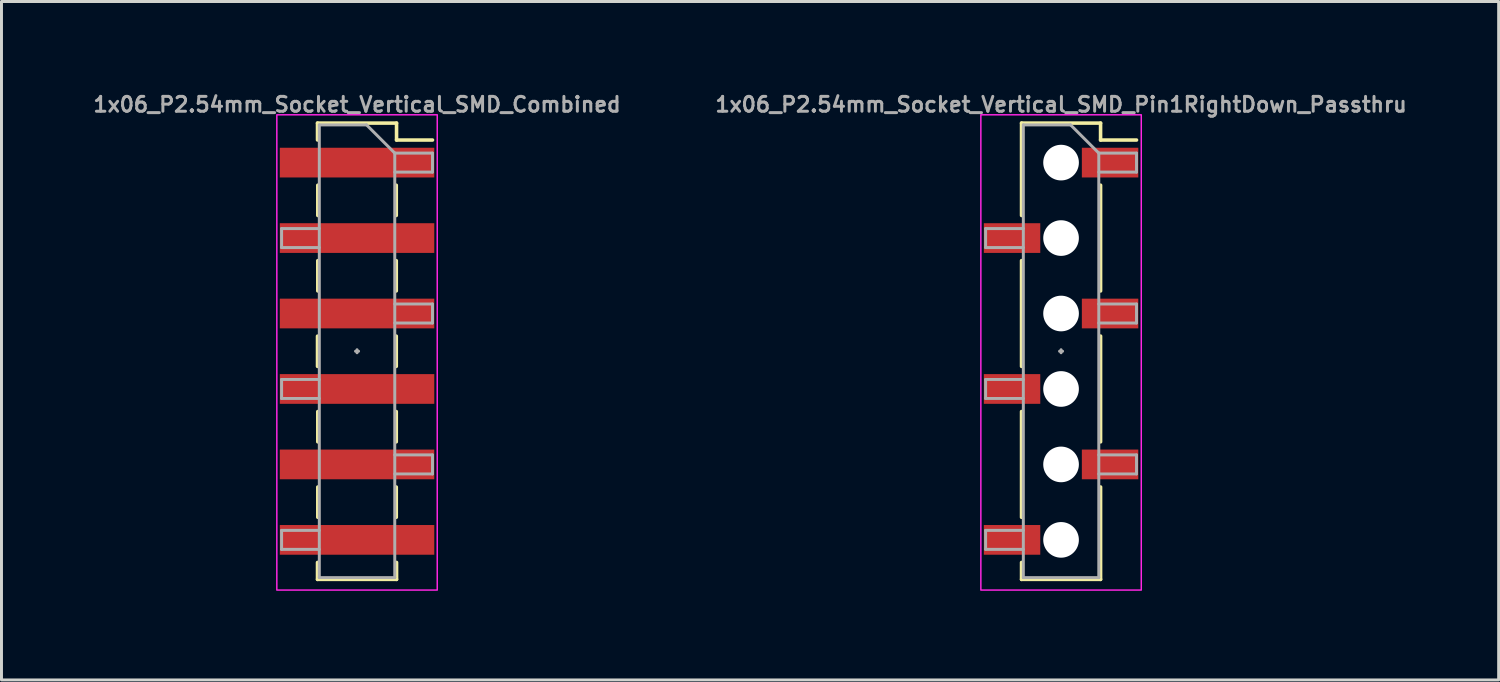
<source format=kicad_pcb>
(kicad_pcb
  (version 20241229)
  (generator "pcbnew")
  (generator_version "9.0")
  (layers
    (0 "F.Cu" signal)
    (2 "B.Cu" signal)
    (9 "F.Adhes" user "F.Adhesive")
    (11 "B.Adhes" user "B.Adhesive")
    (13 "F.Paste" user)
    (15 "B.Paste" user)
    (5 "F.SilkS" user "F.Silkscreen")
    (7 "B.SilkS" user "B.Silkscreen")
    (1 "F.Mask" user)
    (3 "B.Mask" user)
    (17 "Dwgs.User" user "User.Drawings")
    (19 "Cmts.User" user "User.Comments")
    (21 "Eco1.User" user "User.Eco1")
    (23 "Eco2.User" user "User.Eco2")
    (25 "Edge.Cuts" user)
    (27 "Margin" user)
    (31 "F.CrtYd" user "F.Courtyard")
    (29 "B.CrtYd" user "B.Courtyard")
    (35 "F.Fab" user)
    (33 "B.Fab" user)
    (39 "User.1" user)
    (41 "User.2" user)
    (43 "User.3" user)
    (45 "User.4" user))
  (footprint "1x06_P2.54mm_Socket_Vertical_SMD_Combined"
    (layer "F.Cu")
    (at 8.969 8.774)
    (property "Reference" "1x06_P2.54mm_Socket_Vertical_SMD_Combined" (at 0 -8.306 0) (layer "F.Fab") (effects (font (size 0.5 0.5) (thickness 0.1))))
    (attr smd)
    (fp_rect (start -2.6 -6.85) (end -0.6 -5.85) (stroke (width 0) (type solid)) (fill yes) (layer "F.Mask"))
    (fp_rect (start -2.6 -4.31) (end -0.6 -3.31) (stroke (width 0) (type solid)) (fill yes) (layer "F.Mask"))
    (fp_rect (start -2.6 -1.77) (end -0.6 -0.77) (stroke (width 0) (type solid)) (fill yes) (layer "F.Mask"))
    (fp_rect (start -2.6 0.77) (end -0.6 1.77) (stroke (width 0) (type solid)) (fill yes) (layer "F.Mask"))
    (fp_rect (start -2.6 3.31) (end -0.6 4.31) (stroke (width 0) (type solid)) (fill yes) (layer "F.Mask"))
    (fp_rect (start -2.6 5.85) (end -0.6 6.85) (stroke (width 0) (type solid)) (fill yes) (layer "F.Mask"))
    (fp_rect (start 0.6 -6.85) (end 2.6 -5.85) (stroke (width 0) (type solid)) (fill yes) (layer "F.Mask"))
    (fp_rect (start 0.6 -4.31) (end 2.6 -3.31) (stroke (width 0) (type solid)) (fill yes) (layer "F.Mask"))
    (fp_rect (start 0.6 -1.77) (end 2.6 -0.77) (stroke (width 0) (type solid)) (fill yes) (layer "F.Mask"))
    (fp_rect (start 0.6 0.77) (end 2.6 1.77) (stroke (width 0) (type solid)) (fill yes) (layer "F.Mask"))
    (fp_rect (start 0.6 3.31) (end 2.6 4.31) (stroke (width 0) (type solid)) (fill yes) (layer "F.Mask"))
    (fp_rect (start 0.6 5.85) (end 2.6 6.85) (stroke (width 0) (type solid)) (fill yes) (layer "F.Mask"))
    (fp_line (start -1.33 -7.68) (end -1.33 -7.112) (stroke (width 0.12) (type solid)) (layer "F.SilkS"))
    (fp_line (start -1.33 -7.68) (end 1.33 -7.68) (stroke (width 0.12) (type solid)) (layer "F.SilkS"))
    (fp_line (start -1.33 -0.508) (end -1.33 0.51) (stroke (width 0.12) (type solid)) (layer "F.SilkS"))
    (fp_line (start -1.33 7.11) (end -1.33 7.68) (stroke (width 0.12) (type solid)) (layer "F.SilkS"))
    (fp_line (start -1.33 7.68) (end 1.33 7.68) (stroke (width 0.12) (type solid)) (layer "F.SilkS"))
    (fp_line (start -1.321 -5.589) (end -1.321 -4.571) (stroke (width 0.12) (type solid)) (layer "F.SilkS"))
    (fp_line (start -1.321 -3.049) (end -1.321 -2.031) (stroke (width 0.12) (type solid)) (layer "F.SilkS"))
    (fp_line (start -1.321 2.031) (end -1.321 3.049) (stroke (width 0.12) (type solid)) (layer "F.SilkS"))
    (fp_line (start -1.321 4.571) (end -1.321 5.589) (stroke (width 0.12) (type solid)) (layer "F.SilkS"))
    (fp_line (start 1.321 -5.589) (end 1.321 -4.571) (stroke (width 0.12) (type solid)) (layer "F.SilkS"))
    (fp_line (start 1.321 -3.049) (end 1.321 -2.031) (stroke (width 0.12) (type solid)) (layer "F.SilkS"))
    (fp_line (start 1.321 -0.509) (end 1.321 0.509) (stroke (width 0.12) (type solid)) (layer "F.SilkS"))
    (fp_line (start 1.321 2.031) (end 1.321 3.049) (stroke (width 0.12) (type solid)) (layer "F.SilkS"))
    (fp_line (start 1.321 4.571) (end 1.321 5.589) (stroke (width 0.12) (type solid)) (layer "F.SilkS"))
    (fp_line (start 1.33 -7.68) (end 1.33 -7.11) (stroke (width 0.12) (type solid)) (layer "F.SilkS"))
    (fp_line (start 1.33 -7.11) (end 2.54 -7.11) (stroke (width 0.12) (type solid)) (layer "F.SilkS"))
    (fp_line (start 1.33 7.11) (end 1.33 7.68) (stroke (width 0.12) (type solid)) (layer "F.SilkS"))
    (fp_rect (start -2.6 -6.85) (end -0.6 -5.85) (stroke (width 0) (type solid)) (fill yes) (layer "F.Paste"))
    (fp_rect (start -2.6 -4.31) (end -0.6 -3.31) (stroke (width 0) (type solid)) (fill yes) (layer "F.Paste"))
    (fp_rect (start -2.6 -1.77) (end -0.6 -0.77) (stroke (width 0) (type solid)) (fill yes) (layer "F.Paste"))
    (fp_rect (start -2.6 0.77) (end -0.6 1.77) (stroke (width 0) (type solid)) (fill yes) (layer "F.Paste"))
    (fp_rect (start -2.6 3.31) (end -0.6 4.31) (stroke (width 0) (type solid)) (fill yes) (layer "F.Paste"))
    (fp_rect (start -2.6 5.85) (end -0.6 6.85) (stroke (width 0) (type solid)) (fill yes) (layer "F.Paste"))
    (fp_rect (start 0.6 -6.85) (end 2.6 -5.85) (stroke (width 0) (type solid)) (fill yes) (layer "F.Paste"))
    (fp_rect (start 0.6 -4.31) (end 2.6 -3.31) (stroke (width 0) (type solid)) (fill yes) (layer "F.Paste"))
    (fp_rect (start 0.6 -1.77) (end 2.6 -0.77) (stroke (width 0) (type solid)) (fill yes) (layer "F.Paste"))
    (fp_rect (start 0.6 0.77) (end 2.6 1.77) (stroke (width 0) (type solid)) (fill yes) (layer "F.Paste"))
    (fp_rect (start 0.6 3.31) (end 2.6 4.31) (stroke (width 0) (type solid)) (fill yes) (layer "F.Paste"))
    (fp_rect (start 0.6 5.85) (end 2.6 6.85) (stroke (width 0) (type solid)) (fill yes) (layer "F.Paste"))
    (fp_rect (start -2.7 -7.96) (end 2.7 8.04) (stroke (width 0.05) (type default)) (fill no) (layer "F.CrtYd"))
    (fp_line (start -2.54 -4.13) (end -2.54 -3.49) (stroke (width 0.1) (type solid)) (layer "F.Fab"))
    (fp_line (start -2.54 -3.49) (end -1.27 -3.49) (stroke (width 0.1) (type solid)) (layer "F.Fab"))
    (fp_line (start -2.54 0.95) (end -2.54 1.59) (stroke (width 0.1) (type solid)) (layer "F.Fab"))
    (fp_line (start -2.54 1.59) (end -1.27 1.59) (stroke (width 0.1) (type solid)) (layer "F.Fab"))
    (fp_line (start -2.54 6.03) (end -2.54 6.67) (stroke (width 0.1) (type solid)) (layer "F.Fab"))
    (fp_line (start -2.54 6.67) (end -1.27 6.67) (stroke (width 0.1) (type solid)) (layer "F.Fab"))
    (fp_line (start -1.27 -7.62) (end -1.27 7.62) (stroke (width 0.1) (type solid)) (layer "F.Fab"))
    (fp_line (start -1.27 -7.62) (end 0.32 -7.62) (stroke (width 0.1) (type solid)) (layer "F.Fab"))
    (fp_line (start -1.27 -4.13) (end -2.54 -4.13) (stroke (width 0.1) (type solid)) (layer "F.Fab"))
    (fp_line (start -1.27 0.95) (end -2.54 0.95) (stroke (width 0.1) (type solid)) (layer "F.Fab"))
    (fp_line (start -1.27 6.03) (end -2.54 6.03) (stroke (width 0.1) (type solid)) (layer "F.Fab"))
    (fp_line (start 0 -0.051) (end 0 0.051) (stroke (width 0.1) (type default)) (layer "F.Fab"))
    (fp_line (start 0.051 0) (end -0.051 0) (stroke (width 0.1) (type default)) (layer "F.Fab"))
    (fp_line (start 1.27 -6.67) (end 0.32 -7.62) (stroke (width 0.1) (type solid)) (layer "F.Fab"))
    (fp_line (start 1.27 -6.67) (end 2.54 -6.67) (stroke (width 0.1) (type solid)) (layer "F.Fab"))
    (fp_line (start 1.27 -1.59) (end 2.54 -1.59) (stroke (width 0.1) (type solid)) (layer "F.Fab"))
    (fp_line (start 1.27 3.49) (end 2.54 3.49) (stroke (width 0.1) (type solid)) (layer "F.Fab"))
    (fp_line (start 1.27 7.62) (end -1.27 7.62) (stroke (width 0.1) (type solid)) (layer "F.Fab"))
    (fp_line (start 1.27 7.62) (end 1.27 -6.67) (stroke (width 0.1) (type solid)) (layer "F.Fab"))
    (fp_line (start 2.54 -6.67) (end 2.54 -6.03) (stroke (width 0.1) (type solid)) (layer "F.Fab"))
    (fp_line (start 2.54 -6.03) (end 1.27 -6.03) (stroke (width 0.1) (type solid)) (layer "F.Fab"))
    (fp_line (start 2.54 -1.59) (end 2.54 -0.95) (stroke (width 0.1) (type solid)) (layer "F.Fab"))
    (fp_line (start 2.54 -0.95) (end 1.27 -0.95) (stroke (width 0.1) (type solid)) (layer "F.Fab"))
    (fp_line (start 2.54 3.49) (end 2.54 4.13) (stroke (width 0.1) (type solid)) (layer "F.Fab"))
    (fp_line (start 2.54 4.13) (end 1.27 4.13) (stroke (width 0.1) (type solid)) (layer "F.Fab"))
    (pad "1" smd rect (at 0 -6.35) (size 5.2 1) (layers "F.Cu"))
    (pad "2" smd rect (at 0 -3.81) (size 5.2 1) (layers "F.Cu"))
    (pad "3" smd rect (at 0 -1.27) (size 5.2 1) (layers "F.Cu"))
    (pad "4" smd rect (at 0 1.27) (size 5.2 1) (layers "F.Cu"))
    (pad "5" smd rect (at 0 3.81) (size 5.2 1) (layers "F.Cu"))
    (pad "6" smd rect (at 0 6.35) (size 5.2 1) (layers "F.Cu")))
  (footprint "1x06_P2.54mm_Socket_Vertical_SMD_Pin1RightDown_Passthru"
    (layer "F.Cu")
    (at 32.669 8.774)
    (property "Reference" "1x06_P2.54mm_Socket_Vertical_SMD_Pin1RightDown_Passthru" (at 0 -8.306 0) (layer "F.Fab") (effects (font (size 0.5 0.5) (thickness 0.1))))
    (attr smd)
    (fp_line (start -1.33 -7.68) (end -1.33 -4.57) (stroke (width 0.12) (type solid)) (layer "F.SilkS"))
    (fp_line (start -1.33 -7.68) (end 1.33 -7.68) (stroke (width 0.12) (type solid)) (layer "F.SilkS"))
    (fp_line (start -1.33 -3.05) (end -1.33 0.51) (stroke (width 0.12) (type solid)) (layer "F.SilkS"))
    (fp_line (start -1.33 2.03) (end -1.33 5.59) (stroke (width 0.12) (type solid)) (layer "F.SilkS"))
    (fp_line (start -1.33 7.11) (end -1.33 7.68) (stroke (width 0.12) (type solid)) (layer "F.SilkS"))
    (fp_line (start -1.33 7.68) (end 1.33 7.68) (stroke (width 0.12) (type solid)) (layer "F.SilkS"))
    (fp_line (start 1.33 -7.68) (end 1.33 -7.11) (stroke (width 0.12) (type solid)) (layer "F.SilkS"))
    (fp_line (start 1.33 -7.11) (end 2.54 -7.11) (stroke (width 0.12) (type solid)) (layer "F.SilkS"))
    (fp_line (start 1.33 -5.59) (end 1.33 -2.03) (stroke (width 0.12) (type solid)) (layer "F.SilkS"))
    (fp_line (start 1.33 -0.51) (end 1.33 3.05) (stroke (width 0.12) (type solid)) (layer "F.SilkS"))
    (fp_line (start 1.33 4.57) (end 1.33 7.68) (stroke (width 0.12) (type solid)) (layer "F.SilkS"))
    (fp_rect (start -2.7 -7.96) (end 2.7 8.04) (stroke (width 0.05) (type default)) (fill no) (layer "F.CrtYd"))
    (fp_line (start -2.54 -4.13) (end -2.54 -3.49) (stroke (width 0.1) (type solid)) (layer "F.Fab"))
    (fp_line (start -2.54 -3.49) (end -1.27 -3.49) (stroke (width 0.1) (type solid)) (layer "F.Fab"))
    (fp_line (start -2.54 0.95) (end -2.54 1.59) (stroke (width 0.1) (type solid)) (layer "F.Fab"))
    (fp_line (start -2.54 1.59) (end -1.27 1.59) (stroke (width 0.1) (type solid)) (layer "F.Fab"))
    (fp_line (start -2.54 6.03) (end -2.54 6.67) (stroke (width 0.1) (type solid)) (layer "F.Fab"))
    (fp_line (start -2.54 6.67) (end -1.27 6.67) (stroke (width 0.1) (type solid)) (layer "F.Fab"))
    (fp_line (start -1.27 -7.62) (end -1.27 7.62) (stroke (width 0.1) (type solid)) (layer "F.Fab"))
    (fp_line (start -1.27 -7.62) (end 0.32 -7.62) (stroke (width 0.1) (type solid)) (layer "F.Fab"))
    (fp_line (start -1.27 -4.13) (end -2.54 -4.13) (stroke (width 0.1) (type solid)) (layer "F.Fab"))
    (fp_line (start -1.27 0.95) (end -2.54 0.95) (stroke (width 0.1) (type solid)) (layer "F.Fab"))
    (fp_line (start -1.27 6.03) (end -2.54 6.03) (stroke (width 0.1) (type solid)) (layer "F.Fab"))
    (fp_line (start 0 -0.051) (end 0 0.051) (stroke (width 0.1) (type default)) (layer "F.Fab"))
    (fp_line (start 0.051 0) (end -0.051 0) (stroke (width 0.1) (type default)) (layer "F.Fab"))
    (fp_line (start 1.27 -6.67) (end 0.32 -7.62) (stroke (width 0.1) (type solid)) (layer "F.Fab"))
    (fp_line (start 1.27 -6.67) (end 2.54 -6.67) (stroke (width 0.1) (type solid)) (layer "F.Fab"))
    (fp_line (start 1.27 -1.59) (end 2.54 -1.59) (stroke (width 0.1) (type solid)) (layer "F.Fab"))
    (fp_line (start 1.27 3.49) (end 2.54 3.49) (stroke (width 0.1) (type solid)) (layer "F.Fab"))
    (fp_line (start 1.27 7.62) (end -1.27 7.62) (stroke (width 0.1) (type solid)) (layer "F.Fab"))
    (fp_line (start 1.27 7.62) (end 1.27 -6.67) (stroke (width 0.1) (type solid)) (layer "F.Fab"))
    (fp_line (start 2.54 -6.67) (end 2.54 -6.03) (stroke (width 0.1) (type solid)) (layer "F.Fab"))
    (fp_line (start 2.54 -6.03) (end 1.27 -6.03) (stroke (width 0.1) (type solid)) (layer "F.Fab"))
    (fp_line (start 2.54 -1.59) (end 2.54 -0.95) (stroke (width 0.1) (type solid)) (layer "F.Fab"))
    (fp_line (start 2.54 -0.95) (end 1.27 -0.95) (stroke (width 0.1) (type solid)) (layer "F.Fab"))
    (fp_line (start 2.54 3.49) (end 2.54 4.13) (stroke (width 0.1) (type solid)) (layer "F.Fab"))
    (fp_line (start 2.54 4.13) (end 1.27 4.13) (stroke (width 0.1) (type solid)) (layer "F.Fab"))
    (pad "" np_thru_hole circle (at 0 -6.35) (size 1.2 1.2) (drill 1.2) (layers "*.Cu" "*.Mask"))
    (pad "" np_thru_hole circle (at 0 -3.81) (size 1.2 1.2) (drill 1.2) (layers "*.Cu" "*.Mask"))
    (pad "" np_thru_hole circle (at 0 -1.27) (size 1.2 1.2) (drill 1.2) (layers "*.Cu" "*.Mask"))
    (pad "" np_thru_hole circle (at 0 1.27) (size 1.2 1.2) (drill 1.2) (layers "*.Cu" "*.Mask"))
    (pad "" np_thru_hole circle (at 0 3.81) (size 1.2 1.2) (drill 1.2) (layers "*.Cu" "*.Mask"))
    (pad "" np_thru_hole circle (at 0 6.35) (size 1.2 1.2) (drill 1.2) (layers "*.Cu" "*.Mask"))
    (pad "1" smd rect (at 1.65 -6.35) (size 1.9 1) (layers "F.Cu" "F.Mask" "F.Paste"))
    (pad "2" smd rect (at -1.65 -3.81) (size 1.9 1) (layers "F.Cu" "F.Mask" "F.Paste"))
    (pad "3" smd rect (at 1.65 -1.27) (size 1.9 1) (layers "F.Cu" "F.Mask" "F.Paste"))
    (pad "4" smd rect (at -1.65 1.27) (size 1.9 1) (layers "F.Cu" "F.Mask" "F.Paste"))
    (pad "5" smd rect (at 1.65 3.81) (size 1.9 1) (layers "F.Cu" "F.Mask" "F.Paste"))
    (pad "6" smd rect (at -1.65 6.35) (size 1.9 1) (layers "F.Cu" "F.Mask" "F.Paste")))
  (gr_rect
    (start -3 -3)
    (end 47.4 19.839)
    (stroke (width 0.1) (type default))
    (fill no)
    (layer "Edge.Cuts")))
</source>
